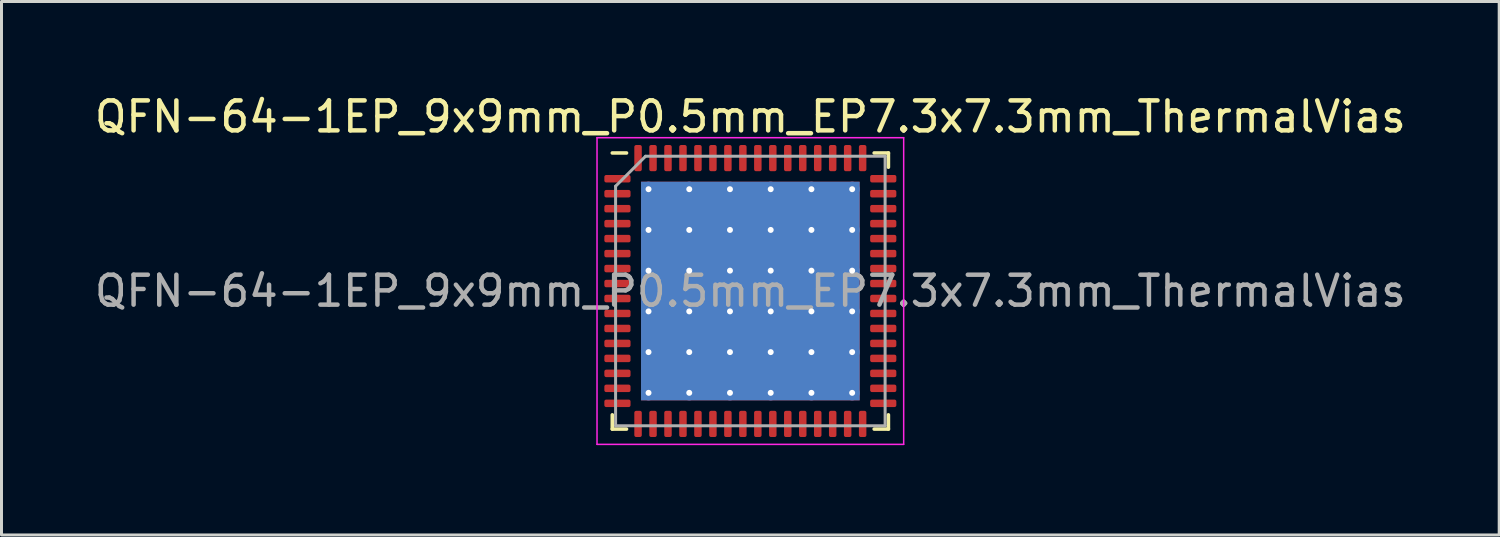
<source format=kicad_pcb>
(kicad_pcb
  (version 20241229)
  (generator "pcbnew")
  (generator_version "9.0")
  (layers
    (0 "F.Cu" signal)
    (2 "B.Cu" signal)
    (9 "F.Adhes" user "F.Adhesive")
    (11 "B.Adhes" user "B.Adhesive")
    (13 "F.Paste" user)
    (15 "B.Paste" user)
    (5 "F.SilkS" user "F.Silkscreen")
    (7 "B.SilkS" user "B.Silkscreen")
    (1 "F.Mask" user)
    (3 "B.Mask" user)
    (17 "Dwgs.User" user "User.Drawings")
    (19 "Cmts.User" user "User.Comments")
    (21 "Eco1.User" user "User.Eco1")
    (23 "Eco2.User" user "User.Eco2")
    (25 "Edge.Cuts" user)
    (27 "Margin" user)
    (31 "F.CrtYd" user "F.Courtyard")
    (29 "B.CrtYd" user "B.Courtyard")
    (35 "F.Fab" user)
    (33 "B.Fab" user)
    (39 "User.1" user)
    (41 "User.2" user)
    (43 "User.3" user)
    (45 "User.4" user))
  (footprint "QFN-64-1EP_9x9mm_P0.5mm_EP7.3x7.3mm_ThermalVias"
    (layer "F.Cu")
    (at 22.006 6.668)
    (property "Reference" "QFN-64-1EP_9x9mm_P0.5mm_EP7.3x7.3mm_ThermalVias" (at 0 -5.82 0) (layer "F.SilkS") (effects (font (size 1 1) (thickness 0.15))))
    (attr smd)
    (fp_line (start -4.61 4.61) (end -4.61 4.135) (stroke (width 0.12) (type solid)) (layer "F.SilkS"))
    (fp_line (start -4.135 -4.61) (end -4.61 -4.61) (stroke (width 0.12) (type solid)) (layer "F.SilkS"))
    (fp_line (start -4.135 4.61) (end -4.61 4.61) (stroke (width 0.12) (type solid)) (layer "F.SilkS"))
    (fp_line (start 4.135 -4.61) (end 4.61 -4.61) (stroke (width 0.12) (type solid)) (layer "F.SilkS"))
    (fp_line (start 4.135 4.61) (end 4.61 4.61) (stroke (width 0.12) (type solid)) (layer "F.SilkS"))
    (fp_line (start 4.61 -4.61) (end 4.61 -4.135) (stroke (width 0.12) (type solid)) (layer "F.SilkS"))
    (fp_line (start 4.61 4.61) (end 4.61 4.135) (stroke (width 0.12) (type solid)) (layer "F.SilkS"))
    (fp_line (start -5.12 -5.12) (end -5.12 5.12) (stroke (width 0.05) (type solid)) (layer "F.CrtYd"))
    (fp_line (start -5.12 5.12) (end 5.12 5.12) (stroke (width 0.05) (type solid)) (layer "F.CrtYd"))
    (fp_line (start 5.12 -5.12) (end -5.12 -5.12) (stroke (width 0.05) (type solid)) (layer "F.CrtYd"))
    (fp_line (start 5.12 5.12) (end 5.12 -5.12) (stroke (width 0.05) (type solid)) (layer "F.CrtYd"))
    (fp_line (start -4.5 -3.5) (end -3.5 -4.5) (stroke (width 0.1) (type solid)) (layer "F.Fab"))
    (fp_line (start -4.5 4.5) (end -4.5 -3.5) (stroke (width 0.1) (type solid)) (layer "F.Fab"))
    (fp_line (start -3.5 -4.5) (end 4.5 -4.5) (stroke (width 0.1) (type solid)) (layer "F.Fab"))
    (fp_line (start 4.5 -4.5) (end 4.5 4.5) (stroke (width 0.1) (type solid)) (layer "F.Fab"))
    (fp_line (start 4.5 4.5) (end -4.5 4.5) (stroke (width 0.1) (type solid)) (layer "F.Fab"))
    (fp_text user "${REFERENCE}" (at 0 0 0) (layer "F.Fab") (effects (font (size 1 1) (thickness 0.15))))
    (pad "" smd roundrect (at -2.72 -2.72) (size 1.177 1.177) (layers "F.Paste") (roundrect_rratio 0.212))
    (pad "" smd roundrect (at -2.72 -1.36) (size 1.177 1.177) (layers "F.Paste") (roundrect_rratio 0.212))
    (pad "" smd roundrect (at -2.72 0) (size 1.177 1.177) (layers "F.Paste") (roundrect_rratio 0.212))
    (pad "" smd roundrect (at -2.72 1.36) (size 1.177 1.177) (layers "F.Paste") (roundrect_rratio 0.212))
    (pad "" smd roundrect (at -2.72 2.72) (size 1.177 1.177) (layers "F.Paste") (roundrect_rratio 0.212))
    (pad "" smd roundrect (at -1.36 -2.72) (size 1.177 1.177) (layers "F.Paste") (roundrect_rratio 0.212))
    (pad "" smd roundrect (at -1.36 -1.36) (size 1.177 1.177) (layers "F.Paste") (roundrect_rratio 0.212))
    (pad "" smd roundrect (at -1.36 0) (size 1.177 1.177) (layers "F.Paste") (roundrect_rratio 0.212))
    (pad "" smd roundrect (at -1.36 1.36) (size 1.177 1.177) (layers "F.Paste") (roundrect_rratio 0.212))
    (pad "" smd roundrect (at -1.36 2.72) (size 1.177 1.177) (layers "F.Paste") (roundrect_rratio 0.212))
    (pad "" smd roundrect (at 0 -2.72) (size 1.177 1.177) (layers "F.Paste") (roundrect_rratio 0.212))
    (pad "" smd roundrect (at 0 -1.36) (size 1.177 1.177) (layers "F.Paste") (roundrect_rratio 0.212))
    (pad "" smd roundrect (at 0 0) (size 1.177 1.177) (layers "F.Paste") (roundrect_rratio 0.212))
    (pad "" smd roundrect (at 0 1.36) (size 1.177 1.177) (layers "F.Paste") (roundrect_rratio 0.212))
    (pad "" smd roundrect (at 0 2.72) (size 1.177 1.177) (layers "F.Paste") (roundrect_rratio 0.212))
    (pad "" smd roundrect (at 1.36 -2.72) (size 1.177 1.177) (layers "F.Paste") (roundrect_rratio 0.212))
    (pad "" smd roundrect (at 1.36 -1.36) (size 1.177 1.177) (layers "F.Paste") (roundrect_rratio 0.212))
    (pad "" smd roundrect (at 1.36 0) (size 1.177 1.177) (layers "F.Paste") (roundrect_rratio 0.212))
    (pad "" smd roundrect (at 1.36 1.36) (size 1.177 1.177) (layers "F.Paste") (roundrect_rratio 0.212))
    (pad "" smd roundrect (at 1.36 2.72) (size 1.177 1.177) (layers "F.Paste") (roundrect_rratio 0.212))
    (pad "" smd roundrect (at 2.72 -2.72) (size 1.177 1.177) (layers "F.Paste") (roundrect_rratio 0.212))
    (pad "" smd roundrect (at 2.72 -1.36) (size 1.177 1.177) (layers "F.Paste") (roundrect_rratio 0.212))
    (pad "" smd roundrect (at 2.72 0) (size 1.177 1.177) (layers "F.Paste") (roundrect_rratio 0.212))
    (pad "" smd roundrect (at 2.72 1.36) (size 1.177 1.177) (layers "F.Paste") (roundrect_rratio 0.212))
    (pad "" smd roundrect (at 2.72 2.72) (size 1.177 1.177) (layers "F.Paste") (roundrect_rratio 0.212))
    (pad "1" smd roundrect (at -4.438 -3.75) (size 0.875 0.25) (layers "F.Cu" "F.Mask" "F.Paste") (roundrect_rratio 0.25))
    (pad "2" smd roundrect (at -4.438 -3.25) (size 0.875 0.25) (layers "F.Cu" "F.Mask" "F.Paste") (roundrect_rratio 0.25))
    (pad "3" smd roundrect (at -4.438 -2.75) (size 0.875 0.25) (layers "F.Cu" "F.Mask" "F.Paste") (roundrect_rratio 0.25))
    (pad "4" smd roundrect (at -4.438 -2.25) (size 0.875 0.25) (layers "F.Cu" "F.Mask" "F.Paste") (roundrect_rratio 0.25))
    (pad "5" smd roundrect (at -4.438 -1.75) (size 0.875 0.25) (layers "F.Cu" "F.Mask" "F.Paste") (roundrect_rratio 0.25))
    (pad "6" smd roundrect (at -4.438 -1.25) (size 0.875 0.25) (layers "F.Cu" "F.Mask" "F.Paste") (roundrect_rratio 0.25))
    (pad "7" smd roundrect (at -4.438 -0.75) (size 0.875 0.25) (layers "F.Cu" "F.Mask" "F.Paste") (roundrect_rratio 0.25))
    (pad "8" smd roundrect (at -4.438 -0.25) (size 0.875 0.25) (layers "F.Cu" "F.Mask" "F.Paste") (roundrect_rratio 0.25))
    (pad "9" smd roundrect (at -4.438 0.25) (size 0.875 0.25) (layers "F.Cu" "F.Mask" "F.Paste") (roundrect_rratio 0.25))
    (pad "10" smd roundrect (at -4.438 0.75) (size 0.875 0.25) (layers "F.Cu" "F.Mask" "F.Paste") (roundrect_rratio 0.25))
    (pad "11" smd roundrect (at -4.438 1.25) (size 0.875 0.25) (layers "F.Cu" "F.Mask" "F.Paste") (roundrect_rratio 0.25))
    (pad "12" smd roundrect (at -4.438 1.75) (size 0.875 0.25) (layers "F.Cu" "F.Mask" "F.Paste") (roundrect_rratio 0.25))
    (pad "13" smd roundrect (at -4.438 2.25) (size 0.875 0.25) (layers "F.Cu" "F.Mask" "F.Paste") (roundrect_rratio 0.25))
    (pad "14" smd roundrect (at -4.438 2.75) (size 0.875 0.25) (layers "F.Cu" "F.Mask" "F.Paste") (roundrect_rratio 0.25))
    (pad "15" smd roundrect (at -4.438 3.25) (size 0.875 0.25) (layers "F.Cu" "F.Mask" "F.Paste") (roundrect_rratio 0.25))
    (pad "16" smd roundrect (at -4.438 3.75) (size 0.875 0.25) (layers "F.Cu" "F.Mask" "F.Paste") (roundrect_rratio 0.25))
    (pad "17" smd roundrect (at -3.75 4.438) (size 0.25 0.875) (layers "F.Cu" "F.Mask" "F.Paste") (roundrect_rratio 0.25))
    (pad "18" smd roundrect (at -3.25 4.438) (size 0.25 0.875) (layers "F.Cu" "F.Mask" "F.Paste") (roundrect_rratio 0.25))
    (pad "19" smd roundrect (at -2.75 4.438) (size 0.25 0.875) (layers "F.Cu" "F.Mask" "F.Paste") (roundrect_rratio 0.25))
    (pad "20" smd roundrect (at -2.25 4.438) (size 0.25 0.875) (layers "F.Cu" "F.Mask" "F.Paste") (roundrect_rratio 0.25))
    (pad "21" smd roundrect (at -1.75 4.438) (size 0.25 0.875) (layers "F.Cu" "F.Mask" "F.Paste") (roundrect_rratio 0.25))
    (pad "22" smd roundrect (at -1.25 4.438) (size 0.25 0.875) (layers "F.Cu" "F.Mask" "F.Paste") (roundrect_rratio 0.25))
    (pad "23" smd roundrect (at -0.75 4.438) (size 0.25 0.875) (layers "F.Cu" "F.Mask" "F.Paste") (roundrect_rratio 0.25))
    (pad "24" smd roundrect (at -0.25 4.438) (size 0.25 0.875) (layers "F.Cu" "F.Mask" "F.Paste") (roundrect_rratio 0.25))
    (pad "25" smd roundrect (at 0.25 4.438) (size 0.25 0.875) (layers "F.Cu" "F.Mask" "F.Paste") (roundrect_rratio 0.25))
    (pad "26" smd roundrect (at 0.75 4.438) (size 0.25 0.875) (layers "F.Cu" "F.Mask" "F.Paste") (roundrect_rratio 0.25))
    (pad "27" smd roundrect (at 1.25 4.438) (size 0.25 0.875) (layers "F.Cu" "F.Mask" "F.Paste") (roundrect_rratio 0.25))
    (pad "28" smd roundrect (at 1.75 4.438) (size 0.25 0.875) (layers "F.Cu" "F.Mask" "F.Paste") (roundrect_rratio 0.25))
    (pad "29" smd roundrect (at 2.25 4.438) (size 0.25 0.875) (layers "F.Cu" "F.Mask" "F.Paste") (roundrect_rratio 0.25))
    (pad "30" smd roundrect (at 2.75 4.438) (size 0.25 0.875) (layers "F.Cu" "F.Mask" "F.Paste") (roundrect_rratio 0.25))
    (pad "31" smd roundrect (at 3.25 4.438) (size 0.25 0.875) (layers "F.Cu" "F.Mask" "F.Paste") (roundrect_rratio 0.25))
    (pad "32" smd roundrect (at 3.75 4.438) (size 0.25 0.875) (layers "F.Cu" "F.Mask" "F.Paste") (roundrect_rratio 0.25))
    (pad "33" smd roundrect (at 4.438 3.75) (size 0.875 0.25) (layers "F.Cu" "F.Mask" "F.Paste") (roundrect_rratio 0.25))
    (pad "34" smd roundrect (at 4.438 3.25) (size 0.875 0.25) (layers "F.Cu" "F.Mask" "F.Paste") (roundrect_rratio 0.25))
    (pad "35" smd roundrect (at 4.438 2.75) (size 0.875 0.25) (layers "F.Cu" "F.Mask" "F.Paste") (roundrect_rratio 0.25))
    (pad "36" smd roundrect (at 4.438 2.25) (size 0.875 0.25) (layers "F.Cu" "F.Mask" "F.Paste") (roundrect_rratio 0.25))
    (pad "37" smd roundrect (at 4.438 1.75) (size 0.875 0.25) (layers "F.Cu" "F.Mask" "F.Paste") (roundrect_rratio 0.25))
    (pad "38" smd roundrect (at 4.438 1.25) (size 0.875 0.25) (layers "F.Cu" "F.Mask" "F.Paste") (roundrect_rratio 0.25))
    (pad "39" smd roundrect (at 4.438 0.75) (size 0.875 0.25) (layers "F.Cu" "F.Mask" "F.Paste") (roundrect_rratio 0.25))
    (pad "40" smd roundrect (at 4.438 0.25) (size 0.875 0.25) (layers "F.Cu" "F.Mask" "F.Paste") (roundrect_rratio 0.25))
    (pad "41" smd roundrect (at 4.438 -0.25) (size 0.875 0.25) (layers "F.Cu" "F.Mask" "F.Paste") (roundrect_rratio 0.25))
    (pad "42" smd roundrect (at 4.438 -0.75) (size 0.875 0.25) (layers "F.Cu" "F.Mask" "F.Paste") (roundrect_rratio 0.25))
    (pad "43" smd roundrect (at 4.438 -1.25) (size 0.875 0.25) (layers "F.Cu" "F.Mask" "F.Paste") (roundrect_rratio 0.25))
    (pad "44" smd roundrect (at 4.438 -1.75) (size 0.875 0.25) (layers "F.Cu" "F.Mask" "F.Paste") (roundrect_rratio 0.25))
    (pad "45" smd roundrect (at 4.438 -2.25) (size 0.875 0.25) (layers "F.Cu" "F.Mask" "F.Paste") (roundrect_rratio 0.25))
    (pad "46" smd roundrect (at 4.438 -2.75) (size 0.875 0.25) (layers "F.Cu" "F.Mask" "F.Paste") (roundrect_rratio 0.25))
    (pad "47" smd roundrect (at 4.438 -3.25) (size 0.875 0.25) (layers "F.Cu" "F.Mask" "F.Paste") (roundrect_rratio 0.25))
    (pad "48" smd roundrect (at 4.438 -3.75) (size 0.875 0.25) (layers "F.Cu" "F.Mask" "F.Paste") (roundrect_rratio 0.25))
    (pad "49" smd roundrect (at 3.75 -4.438) (size 0.25 0.875) (layers "F.Cu" "F.Mask" "F.Paste") (roundrect_rratio 0.25))
    (pad "50" smd roundrect (at 3.25 -4.438) (size 0.25 0.875) (layers "F.Cu" "F.Mask" "F.Paste") (roundrect_rratio 0.25))
    (pad "51" smd roundrect (at 2.75 -4.438) (size 0.25 0.875) (layers "F.Cu" "F.Mask" "F.Paste") (roundrect_rratio 0.25))
    (pad "52" smd roundrect (at 2.25 -4.438) (size 0.25 0.875) (layers "F.Cu" "F.Mask" "F.Paste") (roundrect_rratio 0.25))
    (pad "53" smd roundrect (at 1.75 -4.438) (size 0.25 0.875) (layers "F.Cu" "F.Mask" "F.Paste") (roundrect_rratio 0.25))
    (pad "54" smd roundrect (at 1.25 -4.438) (size 0.25 0.875) (layers "F.Cu" "F.Mask" "F.Paste") (roundrect_rratio 0.25))
    (pad "55" smd roundrect (at 0.75 -4.438) (size 0.25 0.875) (layers "F.Cu" "F.Mask" "F.Paste") (roundrect_rratio 0.25))
    (pad "56" smd roundrect (at 0.25 -4.438) (size 0.25 0.875) (layers "F.Cu" "F.Mask" "F.Paste") (roundrect_rratio 0.25))
    (pad "57" smd roundrect (at -0.25 -4.438) (size 0.25 0.875) (layers "F.Cu" "F.Mask" "F.Paste") (roundrect_rratio 0.25))
    (pad "58" smd roundrect (at -0.75 -4.438) (size 0.25 0.875) (layers "F.Cu" "F.Mask" "F.Paste") (roundrect_rratio 0.25))
    (pad "59" smd roundrect (at -1.25 -4.438) (size 0.25 0.875) (layers "F.Cu" "F.Mask" "F.Paste") (roundrect_rratio 0.25))
    (pad "60" smd roundrect (at -1.75 -4.438) (size 0.25 0.875) (layers "F.Cu" "F.Mask" "F.Paste") (roundrect_rratio 0.25))
    (pad "61" smd roundrect (at -2.25 -4.438) (size 0.25 0.875) (layers "F.Cu" "F.Mask" "F.Paste") (roundrect_rratio 0.25))
    (pad "62" smd roundrect (at -2.75 -4.438) (size 0.25 0.875) (layers "F.Cu" "F.Mask" "F.Paste") (roundrect_rratio 0.25))
    (pad "63" smd roundrect (at -3.25 -4.438) (size 0.25 0.875) (layers "F.Cu" "F.Mask" "F.Paste") (roundrect_rratio 0.25))
    (pad "64" smd roundrect (at -3.75 -4.438) (size 0.25 0.875) (layers "F.Cu" "F.Mask" "F.Paste") (roundrect_rratio 0.25))
    (pad "65" thru_hole circle (at -3.4 -3.4) (size 0.5 0.5) (drill 0.2) (layers "*.Cu"))
    (pad "65" thru_hole circle (at -3.4 -2.04) (size 0.5 0.5) (drill 0.2) (layers "*.Cu"))
    (pad "65" thru_hole circle (at -3.4 -0.68) (size 0.5 0.5) (drill 0.2) (layers "*.Cu"))
    (pad "65" thru_hole circle (at -3.4 0.68) (size 0.5 0.5) (drill 0.2) (layers "*.Cu"))
    (pad "65" thru_hole circle (at -3.4 2.04) (size 0.5 0.5) (drill 0.2) (layers "*.Cu"))
    (pad "65" thru_hole circle (at -3.4 3.4) (size 0.5 0.5) (drill 0.2) (layers "*.Cu"))
    (pad "65" thru_hole circle (at -2.04 -3.4) (size 0.5 0.5) (drill 0.2) (layers "*.Cu"))
    (pad "65" thru_hole circle (at -2.04 -2.04) (size 0.5 0.5) (drill 0.2) (layers "*.Cu"))
    (pad "65" thru_hole circle (at -2.04 -0.68) (size 0.5 0.5) (drill 0.2) (layers "*.Cu"))
    (pad "65" thru_hole circle (at -2.04 0.68) (size 0.5 0.5) (drill 0.2) (layers "*.Cu"))
    (pad "65" thru_hole circle (at -2.04 2.04) (size 0.5 0.5) (drill 0.2) (layers "*.Cu"))
    (pad "65" thru_hole circle (at -2.04 3.4) (size 0.5 0.5) (drill 0.2) (layers "*.Cu"))
    (pad "65" thru_hole circle (at -0.68 -3.4) (size 0.5 0.5) (drill 0.2) (layers "*.Cu"))
    (pad "65" thru_hole circle (at -0.68 -2.04) (size 0.5 0.5) (drill 0.2) (layers "*.Cu"))
    (pad "65" thru_hole circle (at -0.68 -0.68) (size 0.5 0.5) (drill 0.2) (layers "*.Cu"))
    (pad "65" thru_hole circle (at -0.68 0.68) (size 0.5 0.5) (drill 0.2) (layers "*.Cu"))
    (pad "65" thru_hole circle (at -0.68 2.04) (size 0.5 0.5) (drill 0.2) (layers "*.Cu"))
    (pad "65" thru_hole circle (at -0.68 3.4) (size 0.5 0.5) (drill 0.2) (layers "*.Cu"))
    (pad "65" smd rect (at 0 0) (size 7.3 7.3) (layers "F.Cu" "F.Mask"))
    (pad "65" smd rect (at 0 0) (size 7.3 7.3) (layers "B.Cu"))
    (pad "65" thru_hole circle (at 0.68 -3.4) (size 0.5 0.5) (drill 0.2) (layers "*.Cu"))
    (pad "65" thru_hole circle (at 0.68 -2.04) (size 0.5 0.5) (drill 0.2) (layers "*.Cu"))
    (pad "65" thru_hole circle (at 0.68 -0.68) (size 0.5 0.5) (drill 0.2) (layers "*.Cu"))
    (pad "65" thru_hole circle (at 0.68 0.68) (size 0.5 0.5) (drill 0.2) (layers "*.Cu"))
    (pad "65" thru_hole circle (at 0.68 2.04) (size 0.5 0.5) (drill 0.2) (layers "*.Cu"))
    (pad "65" thru_hole circle (at 0.68 3.4) (size 0.5 0.5) (drill 0.2) (layers "*.Cu"))
    (pad "65" thru_hole circle (at 2.04 -3.4) (size 0.5 0.5) (drill 0.2) (layers "*.Cu"))
    (pad "65" thru_hole circle (at 2.04 -2.04) (size 0.5 0.5) (drill 0.2) (layers "*.Cu"))
    (pad "65" thru_hole circle (at 2.04 -0.68) (size 0.5 0.5) (drill 0.2) (layers "*.Cu"))
    (pad "65" thru_hole circle (at 2.04 0.68) (size 0.5 0.5) (drill 0.2) (layers "*.Cu"))
    (pad "65" thru_hole circle (at 2.04 2.04) (size 0.5 0.5) (drill 0.2) (layers "*.Cu"))
    (pad "65" thru_hole circle (at 2.04 3.4) (size 0.5 0.5) (drill 0.2) (layers "*.Cu"))
    (pad "65" thru_hole circle (at 3.4 -3.4) (size 0.5 0.5) (drill 0.2) (layers "*.Cu"))
    (pad "65" thru_hole circle (at 3.4 -2.04) (size 0.5 0.5) (drill 0.2) (layers "*.Cu"))
    (pad "65" thru_hole circle (at 3.4 -0.68) (size 0.5 0.5) (drill 0.2) (layers "*.Cu"))
    (pad "65" thru_hole circle (at 3.4 0.68) (size 0.5 0.5) (drill 0.2) (layers "*.Cu"))
    (pad "65" thru_hole circle (at 3.4 2.04) (size 0.5 0.5) (drill 0.2) (layers "*.Cu"))
    (pad "65" thru_hole circle (at 3.4 3.4) (size 0.5 0.5) (drill 0.2) (layers "*.Cu")))
  (gr_rect
    (start -3 -3)
    (end 47.012 14.813)
    (stroke (width 0.1) (type default))
    (fill no)
    (layer "Edge.Cuts")))
</source>
